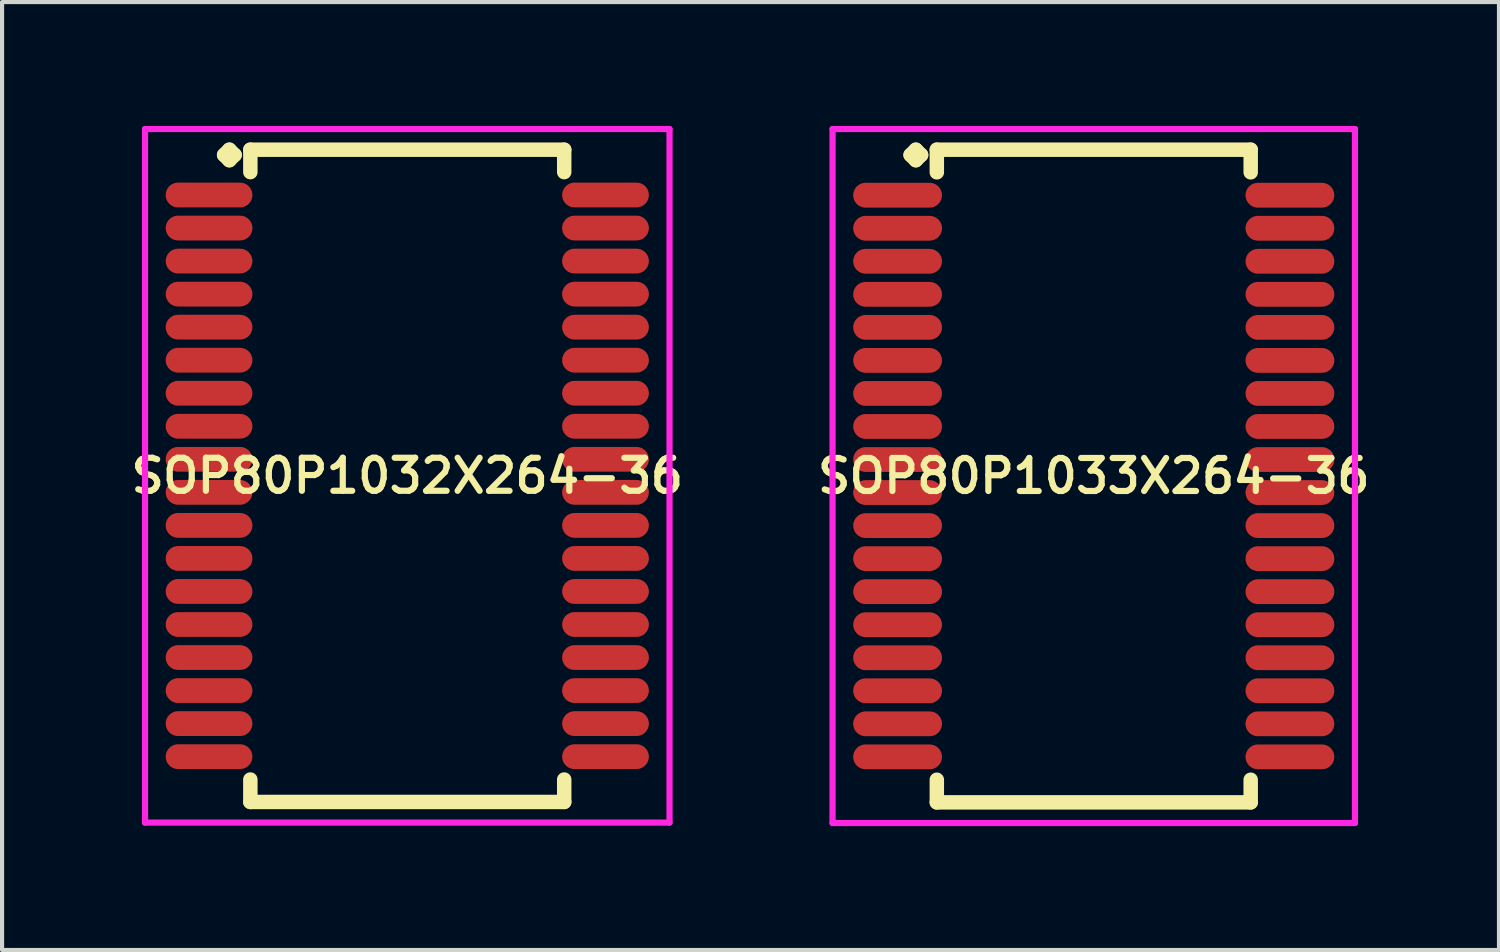
<source format=kicad_pcb>
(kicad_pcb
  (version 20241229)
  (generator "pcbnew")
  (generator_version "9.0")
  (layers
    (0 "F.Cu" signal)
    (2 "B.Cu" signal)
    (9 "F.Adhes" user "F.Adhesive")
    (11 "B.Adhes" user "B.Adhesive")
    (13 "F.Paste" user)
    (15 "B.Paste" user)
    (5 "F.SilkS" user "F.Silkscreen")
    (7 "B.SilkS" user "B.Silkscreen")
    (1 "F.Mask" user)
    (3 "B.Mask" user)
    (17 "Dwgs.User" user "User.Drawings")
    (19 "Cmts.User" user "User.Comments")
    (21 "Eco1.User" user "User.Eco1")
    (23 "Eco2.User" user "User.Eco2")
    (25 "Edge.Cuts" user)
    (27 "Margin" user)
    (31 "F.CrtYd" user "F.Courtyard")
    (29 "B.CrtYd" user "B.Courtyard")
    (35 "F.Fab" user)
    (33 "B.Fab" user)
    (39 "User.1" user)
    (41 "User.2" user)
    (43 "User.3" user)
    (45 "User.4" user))
  (footprint "SOP80P1033X264-36"
    (layer "F.Cu")
    (at 23.435 8.477)
    (property "Reference" "SOP80P1033X264-36" (at 0 0 0) (layer "F.SilkS") (effects (font (size 0.8 0.8) (thickness 0.15))))
    (attr smd)
    (fp_line (start -4.435 -7.775) (end -4.308 -7.902) (stroke (width 0.35) (type solid)) (layer "F.SilkS"))
    (fp_line (start -4.308 -7.902) (end -4.181 -7.775) (stroke (width 0.35) (type solid)) (layer "F.SilkS"))
    (fp_line (start -4.308 -7.648) (end -4.435 -7.775) (stroke (width 0.35) (type solid)) (layer "F.SilkS"))
    (fp_line (start -4.181 -7.775) (end -4.308 -7.648) (stroke (width 0.35) (type solid)) (layer "F.SilkS"))
    (fp_line (start -3.8 -7.902) (end 3.8 -7.902) (stroke (width 0.35) (type solid)) (layer "F.SilkS"))
    (fp_line (start -3.8 -7.354) (end -3.8 -7.902) (stroke (width 0.35) (type solid)) (layer "F.SilkS"))
    (fp_line (start -3.8 7.354) (end -3.8 7.902) (stroke (width 0.35) (type solid)) (layer "F.SilkS"))
    (fp_line (start -3.8 7.902) (end 3.8 7.902) (stroke (width 0.35) (type solid)) (layer "F.SilkS"))
    (fp_line (start 3.8 -7.902) (end 3.8 -7.354) (stroke (width 0.35) (type solid)) (layer "F.SilkS"))
    (fp_line (start 3.8 7.902) (end 3.8 7.354) (stroke (width 0.35) (type solid)) (layer "F.SilkS"))
    (fp_line (start -6.325 -8.402) (end 6.325 -8.402) (stroke (width 0.15) (type solid)) (layer "F.CrtYd"))
    (fp_line (start -6.325 8.402) (end -6.325 -8.402) (stroke (width 0.15) (type solid)) (layer "F.CrtYd"))
    (fp_line (start 6.325 -8.402) (end 6.325 8.402) (stroke (width 0.15) (type solid)) (layer "F.CrtYd"))
    (fp_line (start 6.325 8.402) (end -6.325 8.402) (stroke (width 0.15) (type solid)) (layer "F.CrtYd"))
    (pad "1" smd oval (at -4.75 -6.8) (size 2.15 0.6) (layers "F.Cu" "F.Mask" "F.Paste"))
    (pad "2" smd oval (at -4.75 -6) (size 2.15 0.6) (layers "F.Cu" "F.Mask" "F.Paste"))
    (pad "3" smd oval (at -4.75 -5.2) (size 2.15 0.6) (layers "F.Cu" "F.Mask" "F.Paste"))
    (pad "4" smd oval (at -4.75 -4.4) (size 2.15 0.6) (layers "F.Cu" "F.Mask" "F.Paste"))
    (pad "5" smd oval (at -4.75 -3.6) (size 2.15 0.6) (layers "F.Cu" "F.Mask" "F.Paste"))
    (pad "6" smd oval (at -4.75 -2.8) (size 2.15 0.6) (layers "F.Cu" "F.Mask" "F.Paste"))
    (pad "7" smd oval (at -4.75 -2) (size 2.15 0.6) (layers "F.Cu" "F.Mask" "F.Paste"))
    (pad "8" smd oval (at -4.75 -1.2) (size 2.15 0.6) (layers "F.Cu" "F.Mask" "F.Paste"))
    (pad "9" smd oval (at -4.75 -0.4) (size 2.15 0.6) (layers "F.Cu" "F.Mask" "F.Paste"))
    (pad "10" smd oval (at -4.75 0.4) (size 2.15 0.6) (layers "F.Cu" "F.Mask" "F.Paste"))
    (pad "11" smd oval (at -4.75 1.2) (size 2.15 0.6) (layers "F.Cu" "F.Mask" "F.Paste"))
    (pad "12" smd oval (at -4.75 2) (size 2.15 0.6) (layers "F.Cu" "F.Mask" "F.Paste"))
    (pad "13" smd oval (at -4.75 2.8) (size 2.15 0.6) (layers "F.Cu" "F.Mask" "F.Paste"))
    (pad "14" smd oval (at -4.75 3.6) (size 2.15 0.6) (layers "F.Cu" "F.Mask" "F.Paste"))
    (pad "15" smd oval (at -4.75 4.4) (size 2.15 0.6) (layers "F.Cu" "F.Mask" "F.Paste"))
    (pad "16" smd oval (at -4.75 5.2) (size 2.15 0.6) (layers "F.Cu" "F.Mask" "F.Paste"))
    (pad "17" smd oval (at -4.75 6) (size 2.15 0.6) (layers "F.Cu" "F.Mask" "F.Paste"))
    (pad "18" smd oval (at -4.75 6.8) (size 2.15 0.6) (layers "F.Cu" "F.Mask" "F.Paste"))
    (pad "19" smd oval (at 4.75 6.8) (size 2.15 0.6) (layers "F.Cu" "F.Mask" "F.Paste"))
    (pad "20" smd oval (at 4.75 6) (size 2.15 0.6) (layers "F.Cu" "F.Mask" "F.Paste"))
    (pad "21" smd oval (at 4.75 5.2) (size 2.15 0.6) (layers "F.Cu" "F.Mask" "F.Paste"))
    (pad "22" smd oval (at 4.75 4.4) (size 2.15 0.6) (layers "F.Cu" "F.Mask" "F.Paste"))
    (pad "23" smd oval (at 4.75 3.6) (size 2.15 0.6) (layers "F.Cu" "F.Mask" "F.Paste"))
    (pad "24" smd oval (at 4.75 2.8) (size 2.15 0.6) (layers "F.Cu" "F.Mask" "F.Paste"))
    (pad "25" smd oval (at 4.75 2) (size 2.15 0.6) (layers "F.Cu" "F.Mask" "F.Paste"))
    (pad "26" smd oval (at 4.75 1.2) (size 2.15 0.6) (layers "F.Cu" "F.Mask" "F.Paste"))
    (pad "27" smd oval (at 4.75 0.4) (size 2.15 0.6) (layers "F.Cu" "F.Mask" "F.Paste"))
    (pad "28" smd oval (at 4.75 -0.4) (size 2.15 0.6) (layers "F.Cu" "F.Mask" "F.Paste"))
    (pad "29" smd oval (at 4.75 -1.2) (size 2.15 0.6) (layers "F.Cu" "F.Mask" "F.Paste"))
    (pad "30" smd oval (at 4.75 -2) (size 2.15 0.6) (layers "F.Cu" "F.Mask" "F.Paste"))
    (pad "31" smd oval (at 4.75 -2.8) (size 2.15 0.6) (layers "F.Cu" "F.Mask" "F.Paste"))
    (pad "32" smd oval (at 4.75 -3.6) (size 2.15 0.6) (layers "F.Cu" "F.Mask" "F.Paste"))
    (pad "33" smd oval (at 4.75 -4.4) (size 2.15 0.6) (layers "F.Cu" "F.Mask" "F.Paste"))
    (pad "34" smd oval (at 4.75 -5.2) (size 2.15 0.6) (layers "F.Cu" "F.Mask" "F.Paste"))
    (pad "35" smd oval (at 4.75 -6) (size 2.15 0.6) (layers "F.Cu" "F.Mask" "F.Paste"))
    (pad "36" smd oval (at 4.75 -6.8) (size 2.15 0.6) (layers "F.Cu" "F.Mask" "F.Paste")))
  (footprint "SOP80P1032X264-36"
    (layer "F.Cu")
    (at 6.812 8.472)
    (property "Reference" "SOP80P1032X264-36" (at 0 0 0) (layer "F.SilkS") (effects (font (size 0.8 0.8) (thickness 0.15))))
    (attr smd)
    (fp_line (start -4.435 -7.77) (end -4.308 -7.897) (stroke (width 0.35) (type solid)) (layer "F.SilkS"))
    (fp_line (start -4.308 -7.897) (end -4.181 -7.77) (stroke (width 0.35) (type solid)) (layer "F.SilkS"))
    (fp_line (start -4.308 -7.643) (end -4.435 -7.77) (stroke (width 0.35) (type solid)) (layer "F.SilkS"))
    (fp_line (start -4.181 -7.77) (end -4.308 -7.643) (stroke (width 0.35) (type solid)) (layer "F.SilkS"))
    (fp_line (start -3.8 -7.897) (end 3.8 -7.897) (stroke (width 0.35) (type solid)) (layer "F.SilkS"))
    (fp_line (start -3.8 -7.354) (end -3.8 -7.897) (stroke (width 0.35) (type solid)) (layer "F.SilkS"))
    (fp_line (start -3.8 7.354) (end -3.8 7.897) (stroke (width 0.35) (type solid)) (layer "F.SilkS"))
    (fp_line (start -3.8 7.897) (end 3.8 7.897) (stroke (width 0.35) (type solid)) (layer "F.SilkS"))
    (fp_line (start 3.8 -7.897) (end 3.8 -7.354) (stroke (width 0.35) (type solid)) (layer "F.SilkS"))
    (fp_line (start 3.8 7.897) (end 3.8 7.354) (stroke (width 0.35) (type solid)) (layer "F.SilkS"))
    (fp_line (start -6.35 -8.397) (end 6.35 -8.397) (stroke (width 0.15) (type solid)) (layer "F.CrtYd"))
    (fp_line (start -6.35 8.397) (end -6.35 -8.397) (stroke (width 0.15) (type solid)) (layer "F.CrtYd"))
    (fp_line (start 6.35 -8.397) (end 6.35 8.397) (stroke (width 0.15) (type solid)) (layer "F.CrtYd"))
    (fp_line (start 6.35 8.397) (end -6.35 8.397) (stroke (width 0.15) (type solid)) (layer "F.CrtYd"))
    (pad "1" smd oval (at -4.8 -6.8) (size 2.1 0.6) (layers "F.Cu" "F.Mask" "F.Paste"))
    (pad "2" smd oval (at -4.8 -6) (size 2.1 0.6) (layers "F.Cu" "F.Mask" "F.Paste"))
    (pad "3" smd oval (at -4.8 -5.2) (size 2.1 0.6) (layers "F.Cu" "F.Mask" "F.Paste"))
    (pad "4" smd oval (at -4.8 -4.4) (size 2.1 0.6) (layers "F.Cu" "F.Mask" "F.Paste"))
    (pad "5" smd oval (at -4.8 -3.6) (size 2.1 0.6) (layers "F.Cu" "F.Mask" "F.Paste"))
    (pad "6" smd oval (at -4.8 -2.8) (size 2.1 0.6) (layers "F.Cu" "F.Mask" "F.Paste"))
    (pad "7" smd oval (at -4.8 -2) (size 2.1 0.6) (layers "F.Cu" "F.Mask" "F.Paste"))
    (pad "8" smd oval (at -4.8 -1.2) (size 2.1 0.6) (layers "F.Cu" "F.Mask" "F.Paste"))
    (pad "9" smd oval (at -4.8 -0.4) (size 2.1 0.6) (layers "F.Cu" "F.Mask" "F.Paste"))
    (pad "10" smd oval (at -4.8 0.4) (size 2.1 0.6) (layers "F.Cu" "F.Mask" "F.Paste"))
    (pad "11" smd oval (at -4.8 1.2) (size 2.1 0.6) (layers "F.Cu" "F.Mask" "F.Paste"))
    (pad "12" smd oval (at -4.8 2) (size 2.1 0.6) (layers "F.Cu" "F.Mask" "F.Paste"))
    (pad "13" smd oval (at -4.8 2.8) (size 2.1 0.6) (layers "F.Cu" "F.Mask" "F.Paste"))
    (pad "14" smd oval (at -4.8 3.6) (size 2.1 0.6) (layers "F.Cu" "F.Mask" "F.Paste"))
    (pad "15" smd oval (at -4.8 4.4) (size 2.1 0.6) (layers "F.Cu" "F.Mask" "F.Paste"))
    (pad "16" smd oval (at -4.8 5.2) (size 2.1 0.6) (layers "F.Cu" "F.Mask" "F.Paste"))
    (pad "17" smd oval (at -4.8 6) (size 2.1 0.6) (layers "F.Cu" "F.Mask" "F.Paste"))
    (pad "18" smd oval (at -4.8 6.8) (size 2.1 0.6) (layers "F.Cu" "F.Mask" "F.Paste"))
    (pad "19" smd oval (at 4.8 6.8) (size 2.1 0.6) (layers "F.Cu" "F.Mask" "F.Paste"))
    (pad "20" smd oval (at 4.8 6) (size 2.1 0.6) (layers "F.Cu" "F.Mask" "F.Paste"))
    (pad "21" smd oval (at 4.8 5.2) (size 2.1 0.6) (layers "F.Cu" "F.Mask" "F.Paste"))
    (pad "22" smd oval (at 4.8 4.4) (size 2.1 0.6) (layers "F.Cu" "F.Mask" "F.Paste"))
    (pad "23" smd oval (at 4.8 3.6) (size 2.1 0.6) (layers "F.Cu" "F.Mask" "F.Paste"))
    (pad "24" smd oval (at 4.8 2.8) (size 2.1 0.6) (layers "F.Cu" "F.Mask" "F.Paste"))
    (pad "25" smd oval (at 4.8 2) (size 2.1 0.6) (layers "F.Cu" "F.Mask" "F.Paste"))
    (pad "26" smd oval (at 4.8 1.2) (size 2.1 0.6) (layers "F.Cu" "F.Mask" "F.Paste"))
    (pad "27" smd oval (at 4.8 0.4) (size 2.1 0.6) (layers "F.Cu" "F.Mask" "F.Paste"))
    (pad "28" smd oval (at 4.8 -0.4) (size 2.1 0.6) (layers "F.Cu" "F.Mask" "F.Paste"))
    (pad "29" smd oval (at 4.8 -1.2) (size 2.1 0.6) (layers "F.Cu" "F.Mask" "F.Paste"))
    (pad "30" smd oval (at 4.8 -2) (size 2.1 0.6) (layers "F.Cu" "F.Mask" "F.Paste"))
    (pad "31" smd oval (at 4.8 -2.8) (size 2.1 0.6) (layers "F.Cu" "F.Mask" "F.Paste"))
    (pad "32" smd oval (at 4.8 -3.6) (size 2.1 0.6) (layers "F.Cu" "F.Mask" "F.Paste"))
    (pad "33" smd oval (at 4.8 -4.4) (size 2.1 0.6) (layers "F.Cu" "F.Mask" "F.Paste"))
    (pad "34" smd oval (at 4.8 -5.2) (size 2.1 0.6) (layers "F.Cu" "F.Mask" "F.Paste"))
    (pad "35" smd oval (at 4.8 -6) (size 2.1 0.6) (layers "F.Cu" "F.Mask" "F.Paste"))
    (pad "36" smd oval (at 4.8 -6.8) (size 2.1 0.6) (layers "F.Cu" "F.Mask" "F.Paste")))
  (gr_rect
    (start -3 -3)
    (end 33.247 19.954)
    (stroke (width 0.1) (type default))
    (fill no)
    (layer "Edge.Cuts")))
</source>
